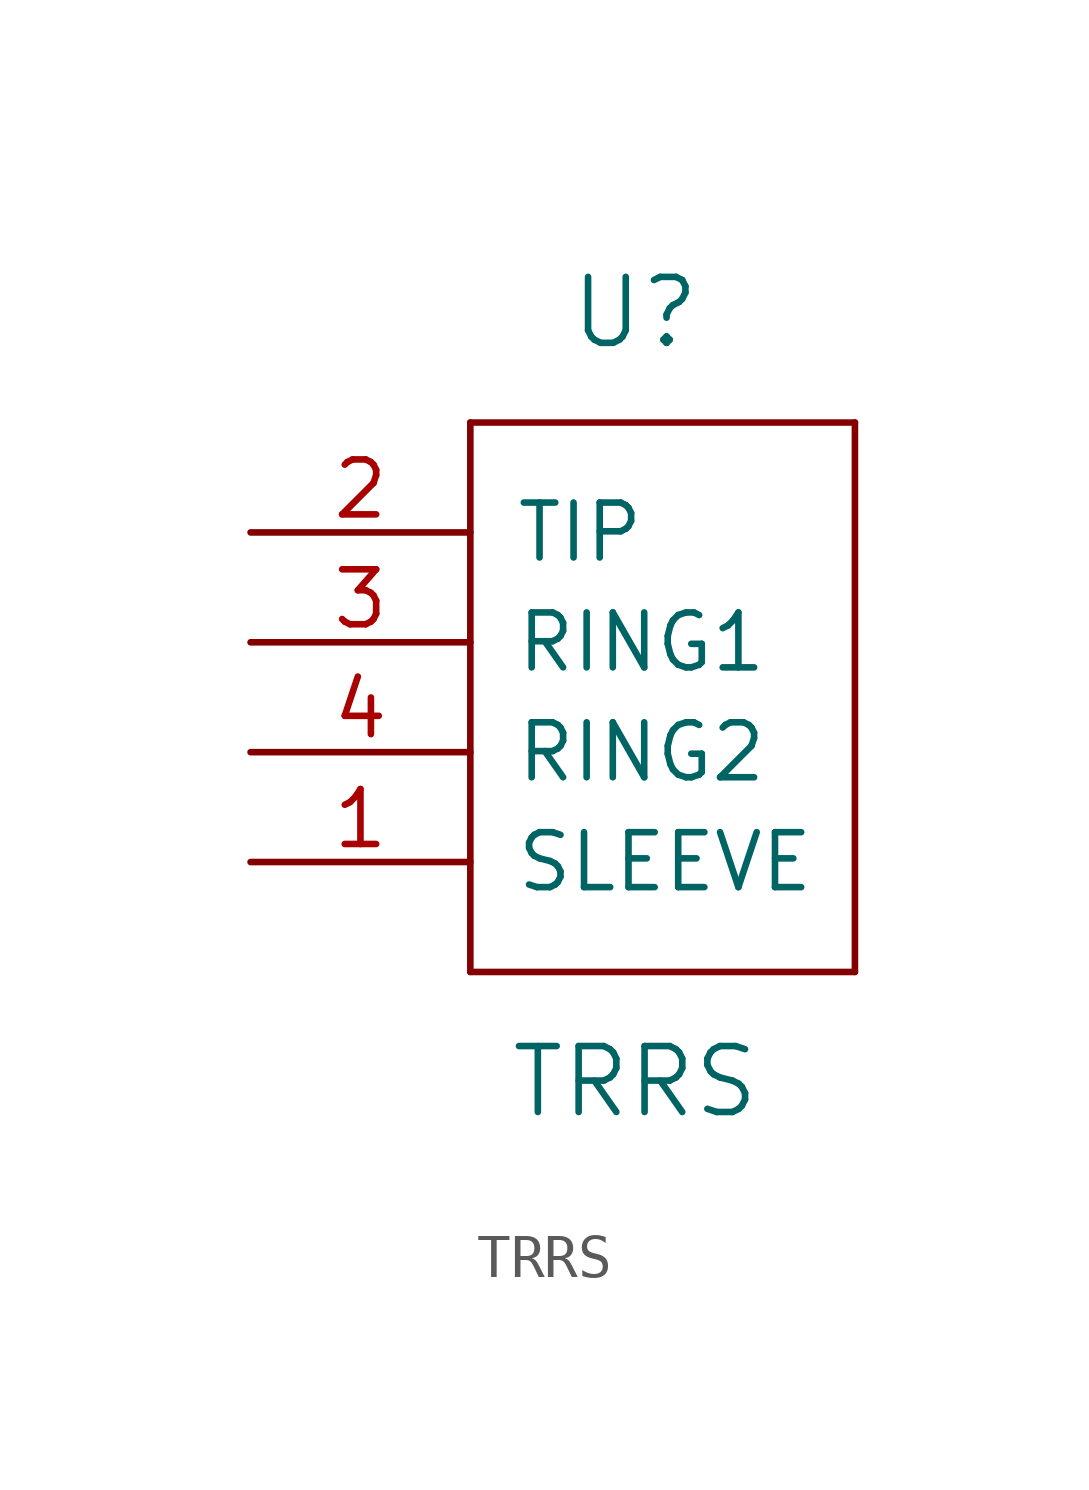
<source format=kicad_sym>
(kicad_symbol_lib
  (version 20211014)
  (generator kicad_symbol_editor)
  (symbol "TRRS"
    (pin_names
      (offset 1.016))
    (property "Reference" "U"
      (at 0 15.24 0)
      (effects (font (size 1.524 1.524))))
    (property "Value" "TRRS"
      (at 0 -2.54 0)
      (effects (font (size 1.524 1.524))))
    (symbol "TRRS_0_1"
      (rectangle (start -3.81 0) (end -3.81 12.7) (stroke (width 0) (type default) (color 0 0 0 0)) (fill (type none)))
      (rectangle (start -3.81 12.7) (end 5.08 12.7) (stroke (width 0) (type default) (color 0 0 0 0)) (fill (type none)))
      (rectangle (start 5.08 0) (end -3.81 0) (stroke (width 0) (type default) (color 0 0 0 0)) (fill (type none)))
      (rectangle (start 5.08 12.7) (end 5.08 0) (stroke (width 0) (type default) (color 0 0 0 0)) (fill (type none))))
    (symbol "TRRS_1_1"
      (pin input line (at -8.89 2.54 0) (length 5.08) (name "SLEEVE" (effects (font (size 1.27 1.27)))) (number "1" (effects (font (size 1.27 1.27)))))
      (pin input line (at -8.89 10.16 0) (length 5.08) (name "TIP" (effects (font (size 1.27 1.27)))) (number "2" (effects (font (size 1.27 1.27)))))
      (pin input line (at -8.89 7.62 0) (length 5.08) (name "RING1" (effects (font (size 1.27 1.27)))) (number "3" (effects (font (size 1.27 1.27)))))
      (pin input line (at -8.89 5.08 0) (length 5.08) (name "RING2" (effects (font (size 1.27 1.27)))) (number "4" (effects (font (size 1.27 1.27))))))))
</source>
